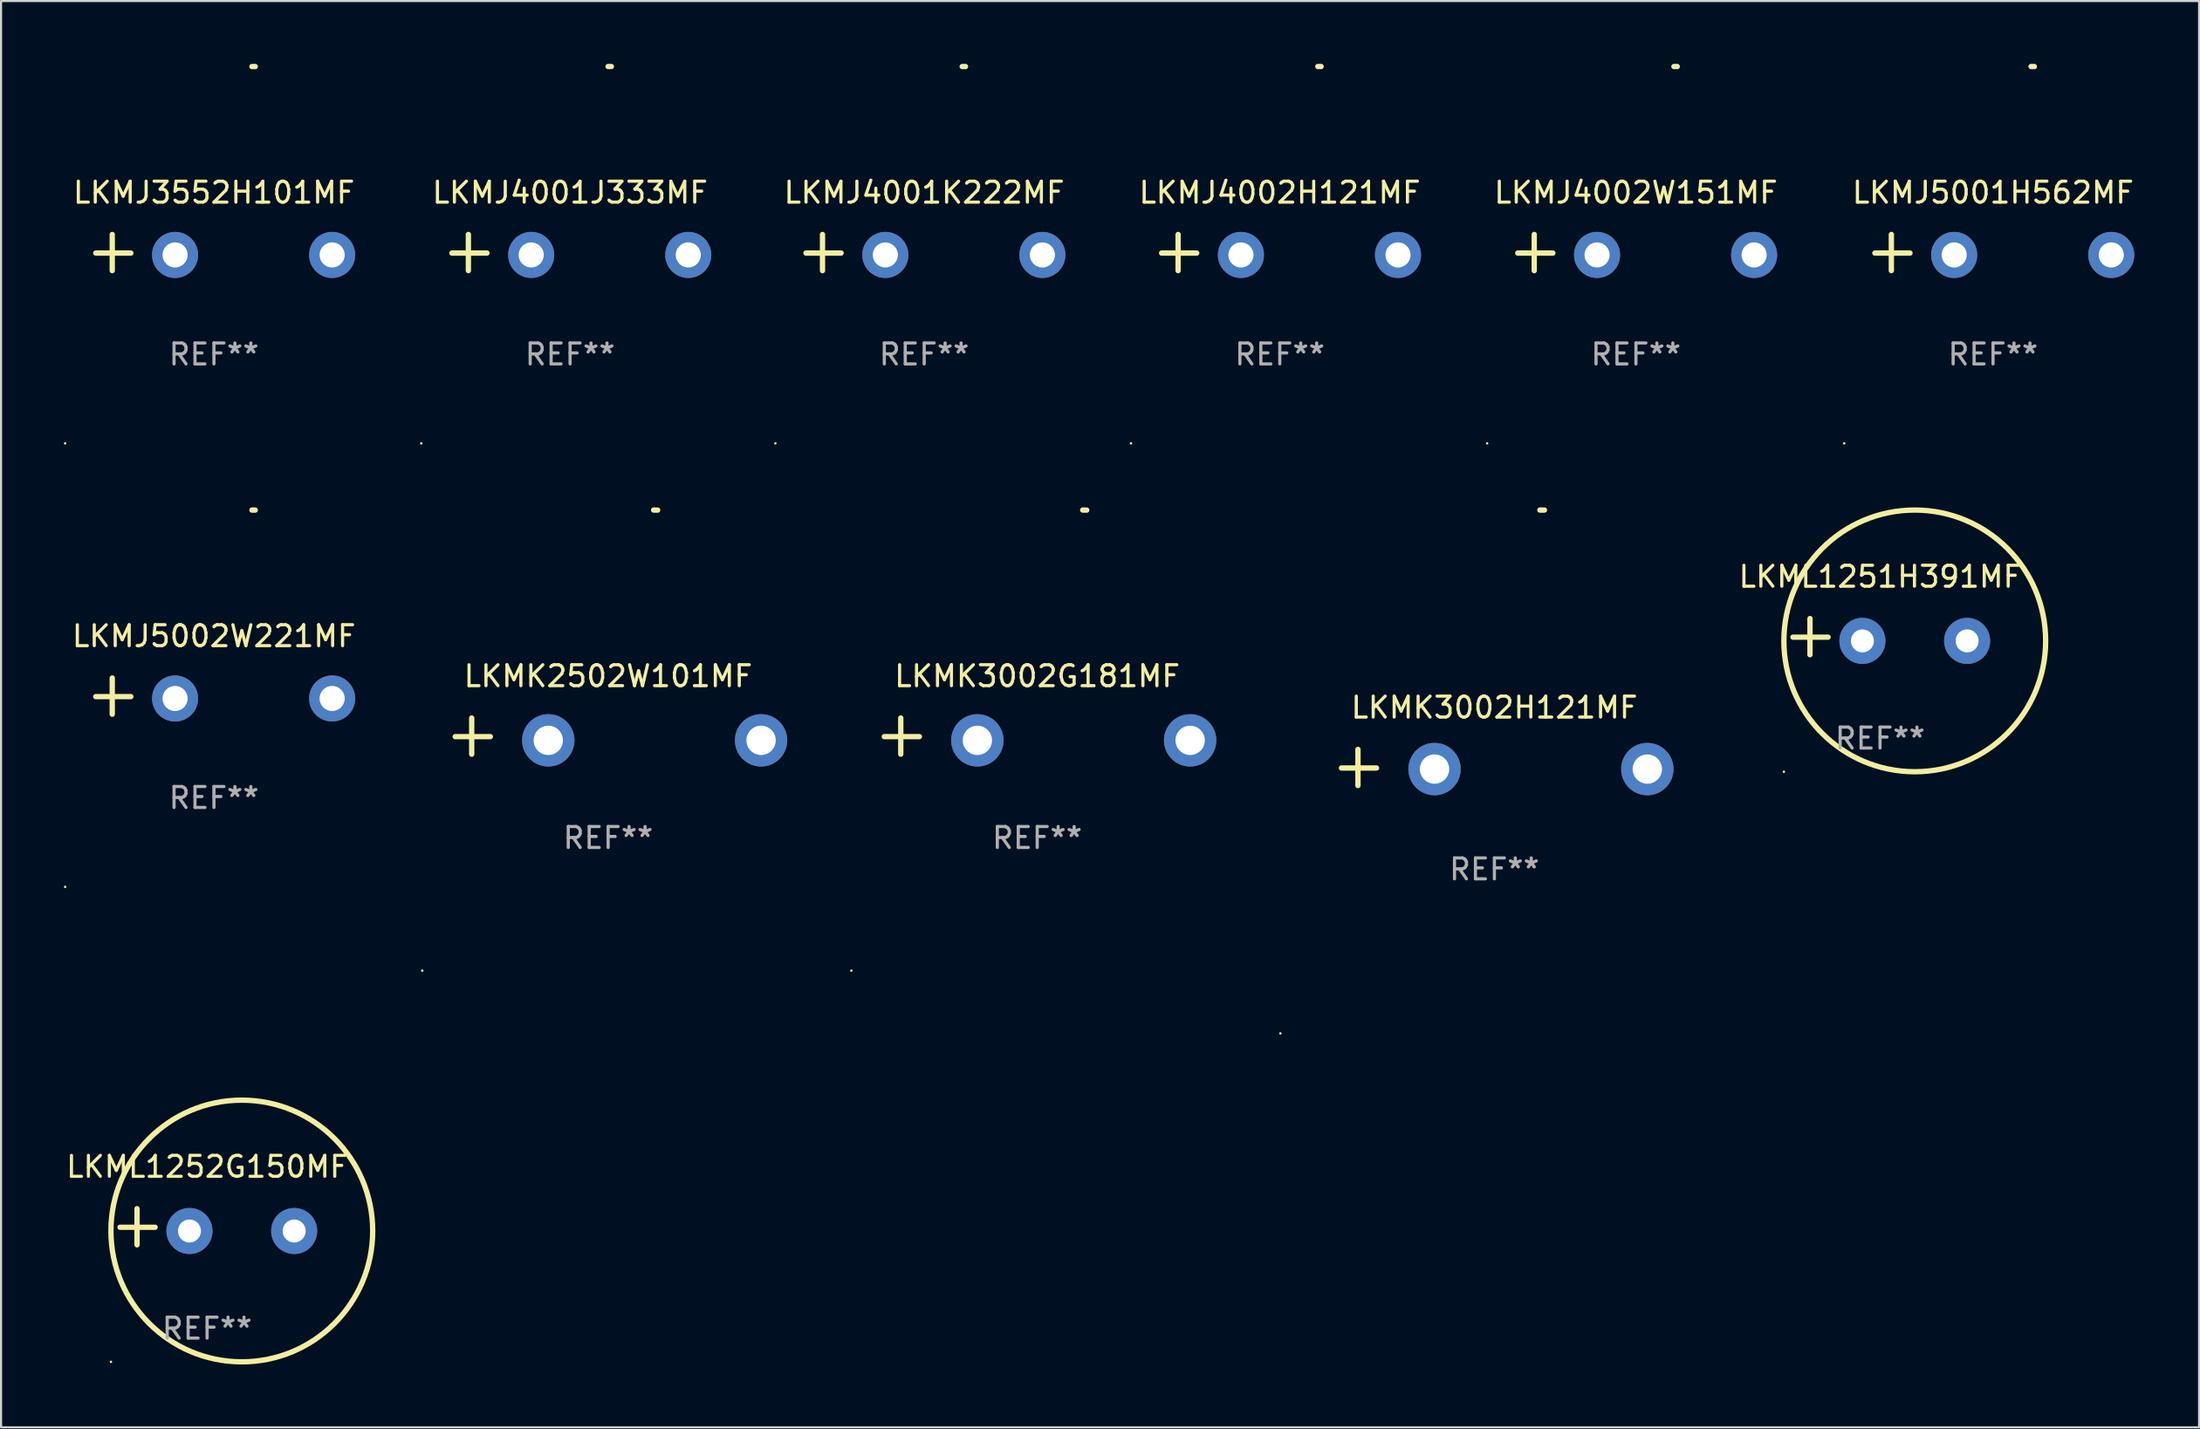
<source format=kicad_pcb>
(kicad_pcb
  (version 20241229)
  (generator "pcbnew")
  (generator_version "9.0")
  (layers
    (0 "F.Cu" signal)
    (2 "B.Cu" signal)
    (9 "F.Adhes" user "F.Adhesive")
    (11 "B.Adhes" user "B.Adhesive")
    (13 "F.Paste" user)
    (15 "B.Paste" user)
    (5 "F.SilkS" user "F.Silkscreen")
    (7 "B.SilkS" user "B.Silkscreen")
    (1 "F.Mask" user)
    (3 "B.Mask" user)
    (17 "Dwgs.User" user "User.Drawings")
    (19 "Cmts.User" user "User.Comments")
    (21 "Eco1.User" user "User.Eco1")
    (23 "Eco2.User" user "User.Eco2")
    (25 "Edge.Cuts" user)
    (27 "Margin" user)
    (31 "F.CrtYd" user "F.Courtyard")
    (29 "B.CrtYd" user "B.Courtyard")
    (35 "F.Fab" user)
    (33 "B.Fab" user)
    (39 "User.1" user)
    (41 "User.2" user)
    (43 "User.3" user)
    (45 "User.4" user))
  (footprint "LKMJ4002H121MF"
    (layer "F.Cu")
    (at 58.063 9.013)
    (property "Reference" "LKMJ4002H121MF" (at 0 -2.864 0) (layer "F.SilkS") (effects (font (size 1 1) (thickness 0.15))))
    (attr through_hole)
    (fp_line (start -4.856 0.864) (end -4.856 -0.864) (stroke (width 0.254) (type solid)) (layer "F.SilkS"))
    (fp_line (start -3.967 0.025) (end -5.644 0.025) (stroke (width 0.254) (type solid)) (layer "F.SilkS"))
    (fp_arc (start 1.815024 -8.885649) (mid 1.893764 -8.88599) (end 1.972504 -8.885649) (stroke (width 0.254001) (type solid)) (layer "F.SilkS"))
    (fp_circle (center -7.106 9.114) (end -7.076 9.114) (stroke (width 0.06) (type solid)) (fill no) (layer "F.SilkS"))
    (fp_text user "REF**" (at 0 4.864 0) (layer "F.Fab") (effects (font (size 1 1) (thickness 0.15))))
    (pad "1" thru_hole circle (at -1.856 0.114) (size 2.2 2.2) (drill 1.2) (layers "*.Cu" "*.Mask"))
    (pad "2" thru_hole circle (at 5.644 0.114) (size 2.2 2.2) (drill 1.2) (layers "*.Cu" "*.Mask")))
  (footprint "LKMJ5002W221MF"
    (layer "F.Cu")
    (at 7.166 30.2)
    (property "Reference" "LKMJ5002W221MF" (at 0 -2.864 0) (layer "F.SilkS") (effects (font (size 1 1) (thickness 0.15))))
    (attr through_hole)
    (fp_line (start -4.856 0.864) (end -4.856 -0.864) (stroke (width 0.254) (type solid)) (layer "F.SilkS"))
    (fp_line (start -3.967 0.025) (end -5.644 0.025) (stroke (width 0.254) (type solid)) (layer "F.SilkS"))
    (fp_arc (start 1.815024 -8.885649) (mid 1.893764 -8.88599) (end 1.972504 -8.885649) (stroke (width 0.254001) (type solid)) (layer "F.SilkS"))
    (fp_circle (center -7.106 9.114) (end -7.076 9.114) (stroke (width 0.06) (type solid)) (fill no) (layer "F.SilkS"))
    (fp_text user "REF**" (at 0 4.864 0) (layer "F.Fab") (effects (font (size 1 1) (thickness 0.15))))
    (pad "1" thru_hole circle (at -1.856 0.114) (size 2.2 2.2) (drill 1.2) (layers "*.Cu" "*.Mask"))
    (pad "2" thru_hole circle (at 5.644 0.114) (size 2.2 2.2) (drill 1.2) (layers "*.Cu" "*.Mask")))
  (footprint "LKML1251H391MF"
    (layer "F.Cu")
    (at 86.726 27.36)
    (property "Reference" "LKML1251H391MF" (at 0 -2.864 0) (layer "F.SilkS") (effects (font (size 1 1) (thickness 0.15))))
    (attr through_hole)
    (fp_line (start -3.346 0.864) (end -3.346 -0.864) (stroke (width 0.254) (type solid)) (layer "F.SilkS"))
    (fp_line (start -2.482 0.025) (end -4.158 0.025) (stroke (width 0.254) (type solid)) (layer "F.SilkS"))
    (fp_circle (center -4.592 6.453) (end -4.562 6.453) (stroke (width 0.06) (type solid)) (fill no) (layer "F.SilkS"))
    (fp_circle (center 1.658 0.203) (end 7.908 0.203) (stroke (width 0.254) (type solid)) (fill no) (layer "F.SilkS"))
    (fp_text user "REF**" (at 0 4.864 0) (layer "F.Fab") (effects (font (size 1 1) (thickness 0.15))))
    (pad "1" thru_hole circle (at -0.842 0.203) (size 2.2 2.2) (drill 1.1) (layers "*.Cu" "*.Mask"))
    (pad "2" thru_hole circle (at 4.158 0.203) (size 2.2 2.2) (drill 1.1) (layers "*.Cu" "*.Mask")))
  (footprint "LKMJ3552H101MF"
    (layer "F.Cu")
    (at 7.166 9.013)
    (property "Reference" "LKMJ3552H101MF" (at 0 -2.864 0) (layer "F.SilkS") (effects (font (size 1 1) (thickness 0.15))))
    (attr through_hole)
    (fp_line (start -4.856 0.864) (end -4.856 -0.864) (stroke (width 0.254) (type solid)) (layer "F.SilkS"))
    (fp_line (start -3.967 0.025) (end -5.644 0.025) (stroke (width 0.254) (type solid)) (layer "F.SilkS"))
    (fp_arc (start 1.815024 -8.885649) (mid 1.893764 -8.88599) (end 1.972504 -8.885649) (stroke (width 0.254001) (type solid)) (layer "F.SilkS"))
    (fp_circle (center -7.106 9.114) (end -7.076 9.114) (stroke (width 0.06) (type solid)) (fill no) (layer "F.SilkS"))
    (fp_text user "REF**" (at 0 4.864 0) (layer "F.Fab") (effects (font (size 1 1) (thickness 0.15))))
    (pad "1" thru_hole circle (at -1.856 0.114) (size 2.2 2.2) (drill 1.2) (layers "*.Cu" "*.Mask"))
    (pad "2" thru_hole circle (at 5.644 0.114) (size 2.2 2.2) (drill 1.2) (layers "*.Cu" "*.Mask")))
  (footprint "LKMK3002H121MF"
    (layer "F.Cu")
    (at 68.31 33.61)
    (property "Reference" "LKMK3002H121MF" (at 0 -2.864 0) (layer "F.SilkS") (effects (font (size 1 1) (thickness 0.15))))
    (attr through_hole)
    (fp_line (start -6.515 0.864) (end -6.515 -0.864) (stroke (width 0.254) (type solid)) (layer "F.SilkS"))
    (fp_line (start -5.626 0.025) (end -7.303 0.025) (stroke (width 0.254) (type solid)) (layer "F.SilkS"))
    (fp_arc (start 2.171704 -12.296165) (mid 2.280925 -12.296638) (end 2.390145 -12.296165) (stroke (width 0.254001) (type solid)) (layer "F.SilkS"))
    (fp_circle (center -10.219 12.703) (end -10.189 12.703) (stroke (width 0.06) (type solid)) (fill no) (layer "F.SilkS"))
    (fp_text user "REF**" (at 0 4.864 0) (layer "F.Fab") (effects (font (size 1 1) (thickness 0.15))))
    (pad "1" thru_hole circle (at -2.858 0.076) (size 2.5 2.5) (drill 1.4) (layers "*.Cu" "*.Mask"))
    (pad "2" thru_hole circle (at 7.303 0.076) (size 2.5 2.5) (drill 1.4) (layers "*.Cu" "*.Mask")))
  (footprint "LKMK2502W101MF"
    (layer "F.Cu")
    (at 25.99 32.111)
    (property "Reference" "LKMK2502W101MF" (at 0 -2.864 0) (layer "F.SilkS") (effects (font (size 1 1) (thickness 0.15))))
    (attr through_hole)
    (fp_line (start -6.515 0.864) (end -6.515 -0.864) (stroke (width 0.254) (type solid)) (layer "F.SilkS"))
    (fp_line (start -5.626 0.025) (end -7.303 0.025) (stroke (width 0.254) (type solid)) (layer "F.SilkS"))
    (fp_arc (start 2.171704 -10.797562) (mid 2.268229 -10.796706) (end 2.364744 -10.795022) (stroke (width 0.254001) (type solid)) (layer "F.SilkS"))
    (fp_circle (center -8.877 11.202) (end -8.847 11.202) (stroke (width 0.06) (type solid)) (fill no) (layer "F.SilkS"))
    (fp_text user "REF**" (at 0 4.864 0) (layer "F.Fab") (effects (font (size 1 1) (thickness 0.15))))
    (pad "1" thru_hole circle (at -2.858 0.203) (size 2.5 2.5) (drill 1.4) (layers "*.Cu" "*.Mask"))
    (pad "2" thru_hole circle (at 7.303 0.203) (size 2.5 2.5) (drill 1.4) (layers "*.Cu" "*.Mask")))
  (footprint "LKMJ4001K222MF"
    (layer "F.Cu")
    (at 41.082 9.013)
    (property "Reference" "LKMJ4001K222MF" (at 0 -2.864 0) (layer "F.SilkS") (effects (font (size 1 1) (thickness 0.15))))
    (attr through_hole)
    (fp_line (start -4.856 0.864) (end -4.856 -0.864) (stroke (width 0.254) (type solid)) (layer "F.SilkS"))
    (fp_line (start -3.967 0.025) (end -5.644 0.025) (stroke (width 0.254) (type solid)) (layer "F.SilkS"))
    (fp_arc (start 1.815024 -8.885649) (mid 1.893764 -8.88599) (end 1.972504 -8.885649) (stroke (width 0.254001) (type solid)) (layer "F.SilkS"))
    (fp_circle (center -7.106 9.114) (end -7.076 9.114) (stroke (width 0.06) (type solid)) (fill no) (layer "F.SilkS"))
    (fp_text user "REF**" (at 0 4.864 0) (layer "F.Fab") (effects (font (size 1 1) (thickness 0.15))))
    (pad "1" thru_hole circle (at -1.856 0.114) (size 2.2 2.2) (drill 1.2) (layers "*.Cu" "*.Mask"))
    (pad "2" thru_hole circle (at 5.644 0.114) (size 2.2 2.2) (drill 1.2) (layers "*.Cu" "*.Mask")))
  (footprint "LKMK3002G181MF"
    (layer "F.Cu")
    (at 46.479 32.111)
    (property "Reference" "LKMK3002G181MF" (at 0 -2.864 0) (layer "F.SilkS") (effects (font (size 1 1) (thickness 0.15))))
    (attr through_hole)
    (fp_line (start -6.515 0.864) (end -6.515 -0.864) (stroke (width 0.254) (type solid)) (layer "F.SilkS"))
    (fp_line (start -5.626 0.025) (end -7.303 0.025) (stroke (width 0.254) (type solid)) (layer "F.SilkS"))
    (fp_arc (start 2.171704 -10.797562) (mid 2.268229 -10.796706) (end 2.364744 -10.795022) (stroke (width 0.254001) (type solid)) (layer "F.SilkS"))
    (fp_circle (center -8.877 11.202) (end -8.847 11.202) (stroke (width 0.06) (type solid)) (fill no) (layer "F.SilkS"))
    (fp_text user "REF**" (at 0 4.864 0) (layer "F.Fab") (effects (font (size 1 1) (thickness 0.15))))
    (pad "1" thru_hole circle (at -2.858 0.203) (size 2.5 2.5) (drill 1.4) (layers "*.Cu" "*.Mask"))
    (pad "2" thru_hole circle (at 7.303 0.203) (size 2.5 2.5) (drill 1.4) (layers "*.Cu" "*.Mask")))
  (footprint "LKMJ4001J333MF"
    (layer "F.Cu")
    (at 24.172 9.013)
    (property "Reference" "LKMJ4001J333MF" (at 0 -2.864 0) (layer "F.SilkS") (effects (font (size 1 1) (thickness 0.15))))
    (attr through_hole)
    (fp_line (start -4.856 0.864) (end -4.856 -0.864) (stroke (width 0.254) (type solid)) (layer "F.SilkS"))
    (fp_line (start -3.967 0.025) (end -5.644 0.025) (stroke (width 0.254) (type solid)) (layer "F.SilkS"))
    (fp_arc (start 1.815024 -8.885649) (mid 1.893764 -8.88599) (end 1.972504 -8.885649) (stroke (width 0.254001) (type solid)) (layer "F.SilkS"))
    (fp_circle (center -7.106 9.114) (end -7.076 9.114) (stroke (width 0.06) (type solid)) (fill no) (layer "F.SilkS"))
    (fp_text user "REF**" (at 0 4.864 0) (layer "F.Fab") (effects (font (size 1 1) (thickness 0.15))))
    (pad "1" thru_hole circle (at -1.856 0.114) (size 2.2 2.2) (drill 1.2) (layers "*.Cu" "*.Mask"))
    (pad "2" thru_hole circle (at 5.644 0.114) (size 2.2 2.2) (drill 1.2) (layers "*.Cu" "*.Mask")))
  (footprint "LKMJ4002W151MF"
    (layer "F.Cu")
    (at 75.069 9.013)
    (property "Reference" "LKMJ4002W151MF" (at 0 -2.864 0) (layer "F.SilkS") (effects (font (size 1 1) (thickness 0.15))))
    (attr through_hole)
    (fp_line (start -4.856 0.864) (end -4.856 -0.864) (stroke (width 0.254) (type solid)) (layer "F.SilkS"))
    (fp_line (start -3.967 0.025) (end -5.644 0.025) (stroke (width 0.254) (type solid)) (layer "F.SilkS"))
    (fp_arc (start 1.815024 -8.885649) (mid 1.893764 -8.88599) (end 1.972504 -8.885649) (stroke (width 0.254001) (type solid)) (layer "F.SilkS"))
    (fp_circle (center -7.106 9.114) (end -7.076 9.114) (stroke (width 0.06) (type solid)) (fill no) (layer "F.SilkS"))
    (fp_text user "REF**" (at 0 4.864 0) (layer "F.Fab") (effects (font (size 1 1) (thickness 0.15))))
    (pad "1" thru_hole circle (at -1.856 0.114) (size 2.2 2.2) (drill 1.2) (layers "*.Cu" "*.Mask"))
    (pad "2" thru_hole circle (at 5.644 0.114) (size 2.2 2.2) (drill 1.2) (layers "*.Cu" "*.Mask")))
  (footprint "LKML1252G150MF"
    (layer "F.Cu")
    (at 6.839 55.547)
    (property "Reference" "LKML1252G150MF" (at 0 -2.864 0) (layer "F.SilkS") (effects (font (size 1 1) (thickness 0.15))))
    (attr through_hole)
    (fp_line (start -3.346 0.864) (end -3.346 -0.864) (stroke (width 0.254) (type solid)) (layer "F.SilkS"))
    (fp_line (start -2.482 0.025) (end -4.158 0.025) (stroke (width 0.254) (type solid)) (layer "F.SilkS"))
    (fp_circle (center -4.592 6.453) (end -4.562 6.453) (stroke (width 0.06) (type solid)) (fill no) (layer "F.SilkS"))
    (fp_circle (center 1.658 0.203) (end 7.908 0.203) (stroke (width 0.254) (type solid)) (fill no) (layer "F.SilkS"))
    (fp_text user "REF**" (at 0 4.864 0) (layer "F.Fab") (effects (font (size 1 1) (thickness 0.15))))
    (pad "1" thru_hole circle (at -0.842 0.203) (size 2.2 2.2) (drill 1.1) (layers "*.Cu" "*.Mask"))
    (pad "2" thru_hole circle (at 4.158 0.203) (size 2.2 2.2) (drill 1.1) (layers "*.Cu" "*.Mask")))
  (footprint "LKMJ5001H562MF"
    (layer "F.Cu")
    (at 92.122 9.013)
    (property "Reference" "LKMJ5001H562MF" (at 0 -2.864 0) (layer "F.SilkS") (effects (font (size 1 1) (thickness 0.15))))
    (attr through_hole)
    (fp_line (start -4.856 0.864) (end -4.856 -0.864) (stroke (width 0.254) (type solid)) (layer "F.SilkS"))
    (fp_line (start -3.967 0.025) (end -5.644 0.025) (stroke (width 0.254) (type solid)) (layer "F.SilkS"))
    (fp_arc (start 1.815024 -8.885649) (mid 1.893764 -8.88599) (end 1.972504 -8.885649) (stroke (width 0.254001) (type solid)) (layer "F.SilkS"))
    (fp_circle (center -7.106 9.114) (end -7.076 9.114) (stroke (width 0.06) (type solid)) (fill no) (layer "F.SilkS"))
    (fp_text user "REF**" (at 0 4.864 0) (layer "F.Fab") (effects (font (size 1 1) (thickness 0.15))))
    (pad "1" thru_hole circle (at -1.856 0.114) (size 2.2 2.2) (drill 1.2) (layers "*.Cu" "*.Mask"))
    (pad "2" thru_hole circle (at 5.644 0.114) (size 2.2 2.2) (drill 1.2) (layers "*.Cu" "*.Mask")))
  (gr_rect
    (start -3 -3)
    (end 101.961 65.128)
    (stroke (width 0.1) (type default))
    (fill no)
    (layer "Edge.Cuts")))
</source>
